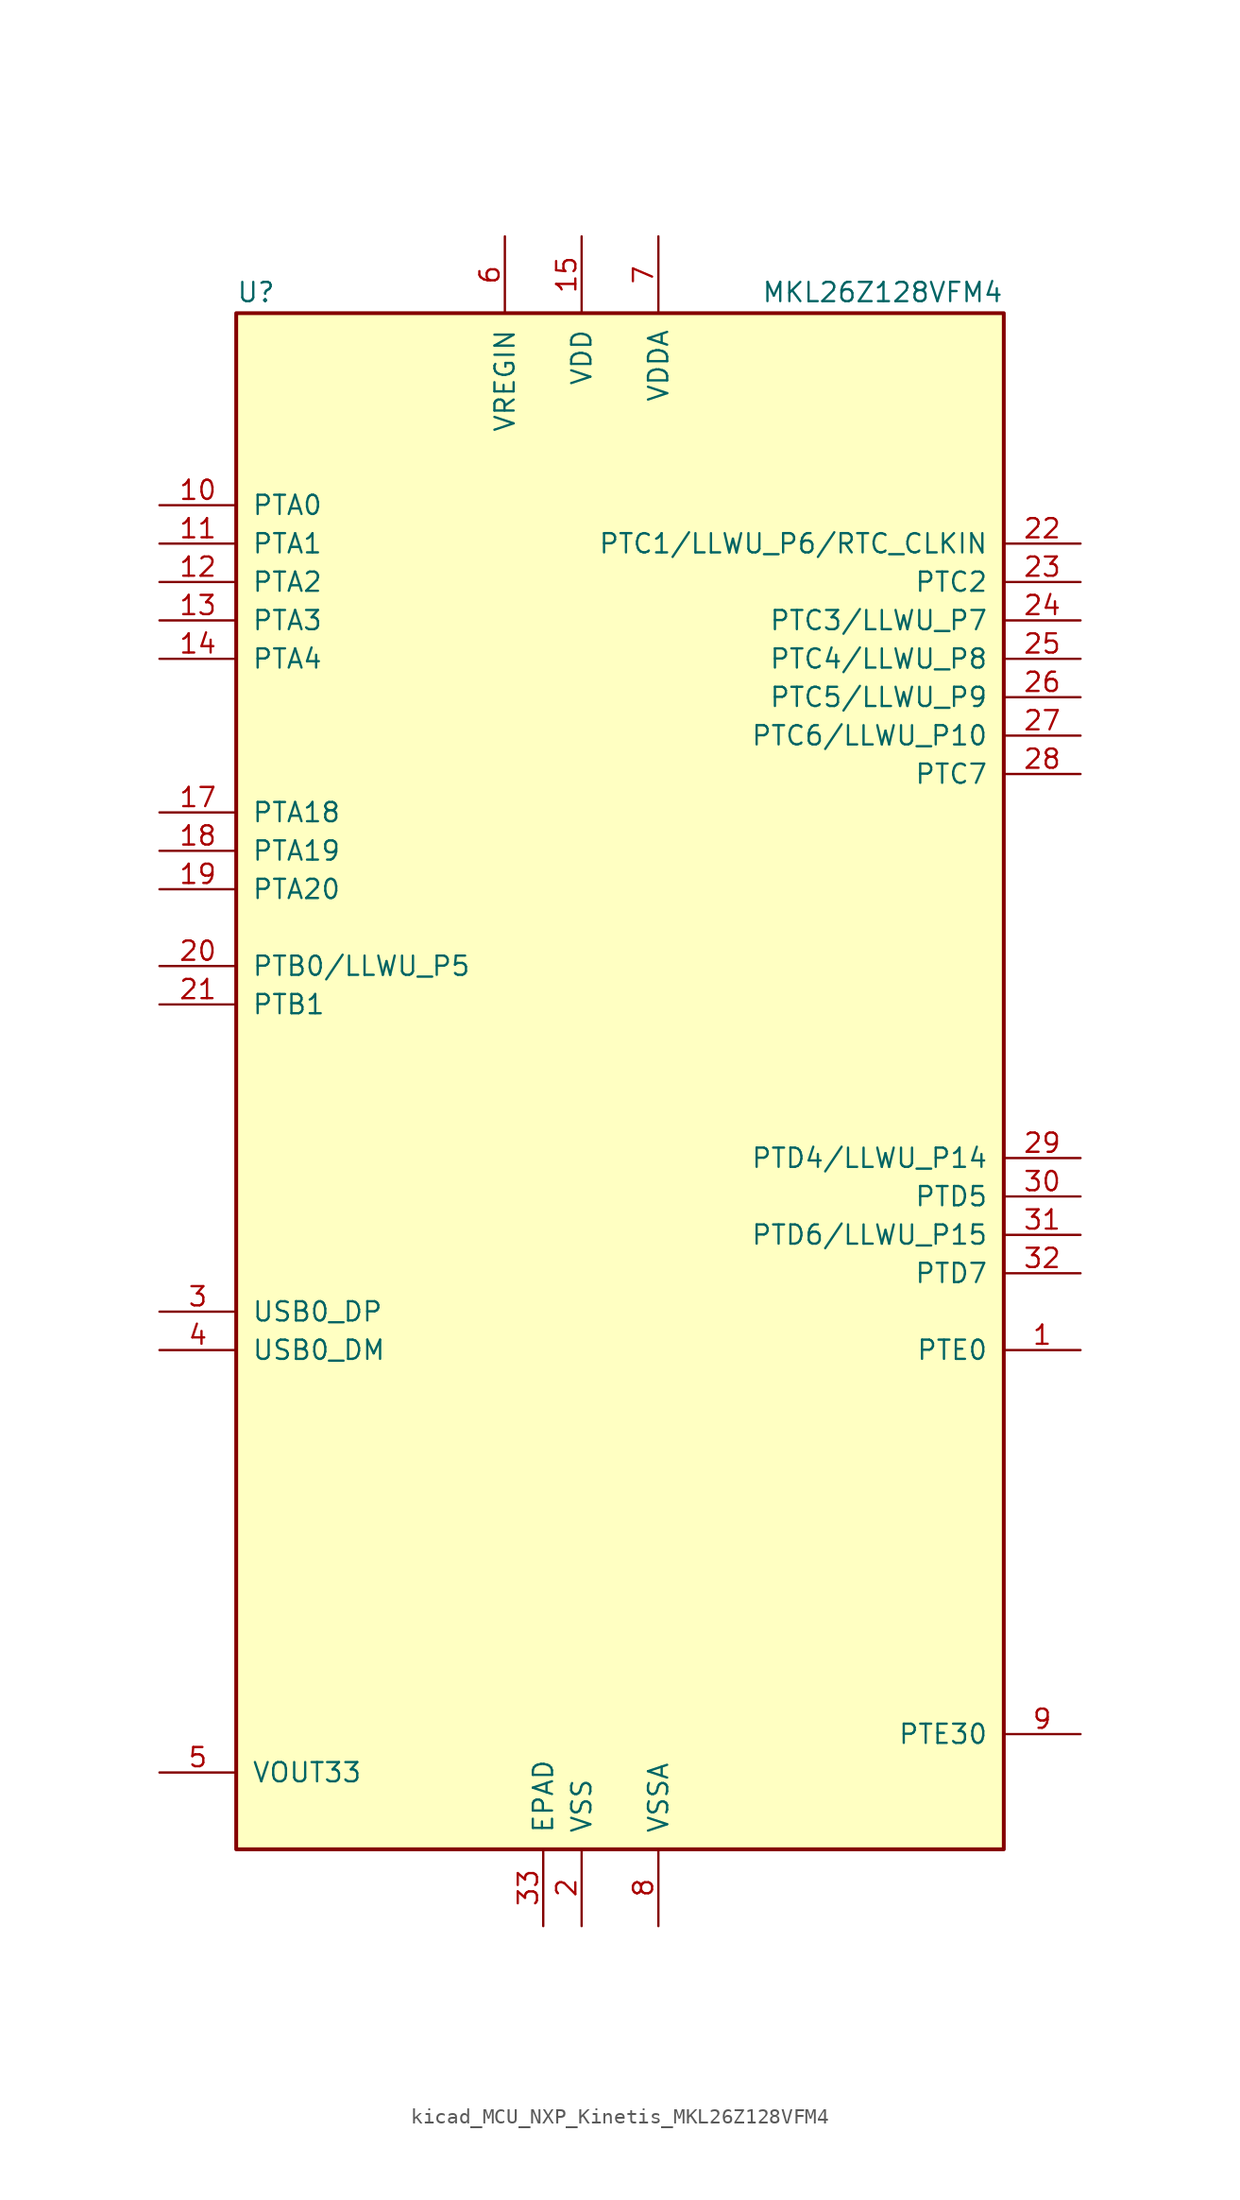
<source format=kicad_sym>
(kicad_symbol_lib
  (version 20220914)
  (generator kicad_symbol_editor)
  (symbol "kicad_MCU_NXP_Kinetis_MKL26Z128VFM4"
    (pin_names
      (offset 1.016))
    (property "Reference" "U"
      (at -25.4 51.435 0)
      (effects (font (size 1.27 1.27)) (justify left bottom)))
    (property "Value" "MKL26Z128VFM4"
      (at 25.4 51.435 0)
      (effects (font (size 1.27 1.27)) (justify right bottom)))
    (symbol "kicad_MCU_NXP_Kinetis_MKL26Z128VFM4_0_1"
      (rectangle (start -25.4 50.8) (end 25.4 -50.8) (stroke (width 0.254) (type default)) (fill (type background))))
    (symbol "kicad_MCU_NXP_Kinetis_MKL26Z128VFM4_1_1"
      (pin bidirectional line (at 30.48 -17.78 180) (length 5.08) (name "PTE0" (effects (font (size 1.27 1.27)))) (number "1" (effects (font (size 1.27 1.27)))))
      (pin bidirectional line (at -30.48 38.1 0) (length 5.08) (name "PTA0" (effects (font (size 1.27 1.27)))) (number "10" (effects (font (size 1.27 1.27)))))
      (pin bidirectional line (at -30.48 35.56 0) (length 5.08) (name "PTA1" (effects (font (size 1.27 1.27)))) (number "11" (effects (font (size 1.27 1.27)))))
      (pin bidirectional line (at -30.48 33.02 0) (length 5.08) (name "PTA2" (effects (font (size 1.27 1.27)))) (number "12" (effects (font (size 1.27 1.27)))))
      (pin bidirectional line (at -30.48 30.48 0) (length 5.08) (name "PTA3" (effects (font (size 1.27 1.27)))) (number "13" (effects (font (size 1.27 1.27)))))
      (pin bidirectional line (at -30.48 27.94 0) (length 5.08) (name "PTA4" (effects (font (size 1.27 1.27)))) (number "14" (effects (font (size 1.27 1.27)))))
      (pin power_in line (at -2.54 55.88 270) (length 5.08) (name "VDD" (effects (font (size 1.27 1.27)))) (number "15" (effects (font (size 1.27 1.27)))))
      (pin passive line (at -2.54 -55.88 90) (length 5.08) hide (name "VSS" (effects (font (size 1.27 1.27)))) (number "16" (effects (font (size 1.27 1.27)))))
      (pin bidirectional line (at -30.48 17.78 0) (length 5.08) (name "PTA18" (effects (font (size 1.27 1.27)))) (number "17" (effects (font (size 1.27 1.27)))))
      (pin bidirectional line (at -30.48 15.24 0) (length 5.08) (name "PTA19" (effects (font (size 1.27 1.27)))) (number "18" (effects (font (size 1.27 1.27)))))
      (pin bidirectional line (at -30.48 12.7 0) (length 5.08) (name "PTA20" (effects (font (size 1.27 1.27)))) (number "19" (effects (font (size 1.27 1.27)))))
      (pin power_in line (at -2.54 -55.88 90) (length 5.08) (name "VSS" (effects (font (size 1.27 1.27)))) (number "2" (effects (font (size 1.27 1.27)))))
      (pin bidirectional line (at -30.48 7.62 0) (length 5.08) (name "PTB0/LLWU_P5" (effects (font (size 1.27 1.27)))) (number "20" (effects (font (size 1.27 1.27)))))
      (pin bidirectional line (at -30.48 5.08 0) (length 5.08) (name "PTB1" (effects (font (size 1.27 1.27)))) (number "21" (effects (font (size 1.27 1.27)))))
      (pin bidirectional line (at 30.48 35.56 180) (length 5.08) (name "PTC1/LLWU_P6/RTC_CLKIN" (effects (font (size 1.27 1.27)))) (number "22" (effects (font (size 1.27 1.27)))))
      (pin bidirectional line (at 30.48 33.02 180) (length 5.08) (name "PTC2" (effects (font (size 1.27 1.27)))) (number "23" (effects (font (size 1.27 1.27)))))
      (pin bidirectional line (at 30.48 30.48 180) (length 5.08) (name "PTC3/LLWU_P7" (effects (font (size 1.27 1.27)))) (number "24" (effects (font (size 1.27 1.27)))))
      (pin bidirectional line (at 30.48 27.94 180) (length 5.08) (name "PTC4/LLWU_P8" (effects (font (size 1.27 1.27)))) (number "25" (effects (font (size 1.27 1.27)))))
      (pin bidirectional line (at 30.48 25.4 180) (length 5.08) (name "PTC5/LLWU_P9" (effects (font (size 1.27 1.27)))) (number "26" (effects (font (size 1.27 1.27)))))
      (pin bidirectional line (at 30.48 22.86 180) (length 5.08) (name "PTC6/LLWU_P10" (effects (font (size 1.27 1.27)))) (number "27" (effects (font (size 1.27 1.27)))))
      (pin bidirectional line (at 30.48 20.32 180) (length 5.08) (name "PTC7" (effects (font (size 1.27 1.27)))) (number "28" (effects (font (size 1.27 1.27)))))
      (pin bidirectional line (at 30.48 -5.08 180) (length 5.08) (name "PTD4/LLWU_P14" (effects (font (size 1.27 1.27)))) (number "29" (effects (font (size 1.27 1.27)))))
      (pin bidirectional line (at -30.48 -15.24 0) (length 5.08) (name "USB0_DP" (effects (font (size 1.27 1.27)))) (number "3" (effects (font (size 1.27 1.27)))))
      (pin bidirectional line (at 30.48 -7.62 180) (length 5.08) (name "PTD5" (effects (font (size 1.27 1.27)))) (number "30" (effects (font (size 1.27 1.27)))))
      (pin bidirectional line (at 30.48 -10.16 180) (length 5.08) (name "PTD6/LLWU_P15" (effects (font (size 1.27 1.27)))) (number "31" (effects (font (size 1.27 1.27)))))
      (pin bidirectional line (at 30.48 -12.7 180) (length 5.08) (name "PTD7" (effects (font (size 1.27 1.27)))) (number "32" (effects (font (size 1.27 1.27)))))
      (pin power_in line (at -5.08 -55.88 90) (length 5.08) (name "EPAD" (effects (font (size 1.27 1.27)))) (number "33" (effects (font (size 1.27 1.27)))))
      (pin bidirectional line (at -30.48 -17.78 0) (length 5.08) (name "USB0_DM" (effects (font (size 1.27 1.27)))) (number "4" (effects (font (size 1.27 1.27)))))
      (pin power_out line (at -30.48 -45.72 0) (length 5.08) (name "VOUT33" (effects (font (size 1.27 1.27)))) (number "5" (effects (font (size 1.27 1.27)))))
      (pin power_in line (at -7.62 55.88 270) (length 5.08) (name "VREGIN" (effects (font (size 1.27 1.27)))) (number "6" (effects (font (size 1.27 1.27)))))
      (pin power_in line (at 2.54 55.88 270) (length 5.08) (name "VDDA" (effects (font (size 1.27 1.27)))) (number "7" (effects (font (size 1.27 1.27)))))
      (pin power_in line (at 2.54 -55.88 90) (length 5.08) (name "VSSA" (effects (font (size 1.27 1.27)))) (number "8" (effects (font (size 1.27 1.27)))))
      (pin bidirectional line (at 30.48 -43.18 180) (length 5.08) (name "PTE30" (effects (font (size 1.27 1.27)))) (number "9" (effects (font (size 1.27 1.27))))))))
</source>
